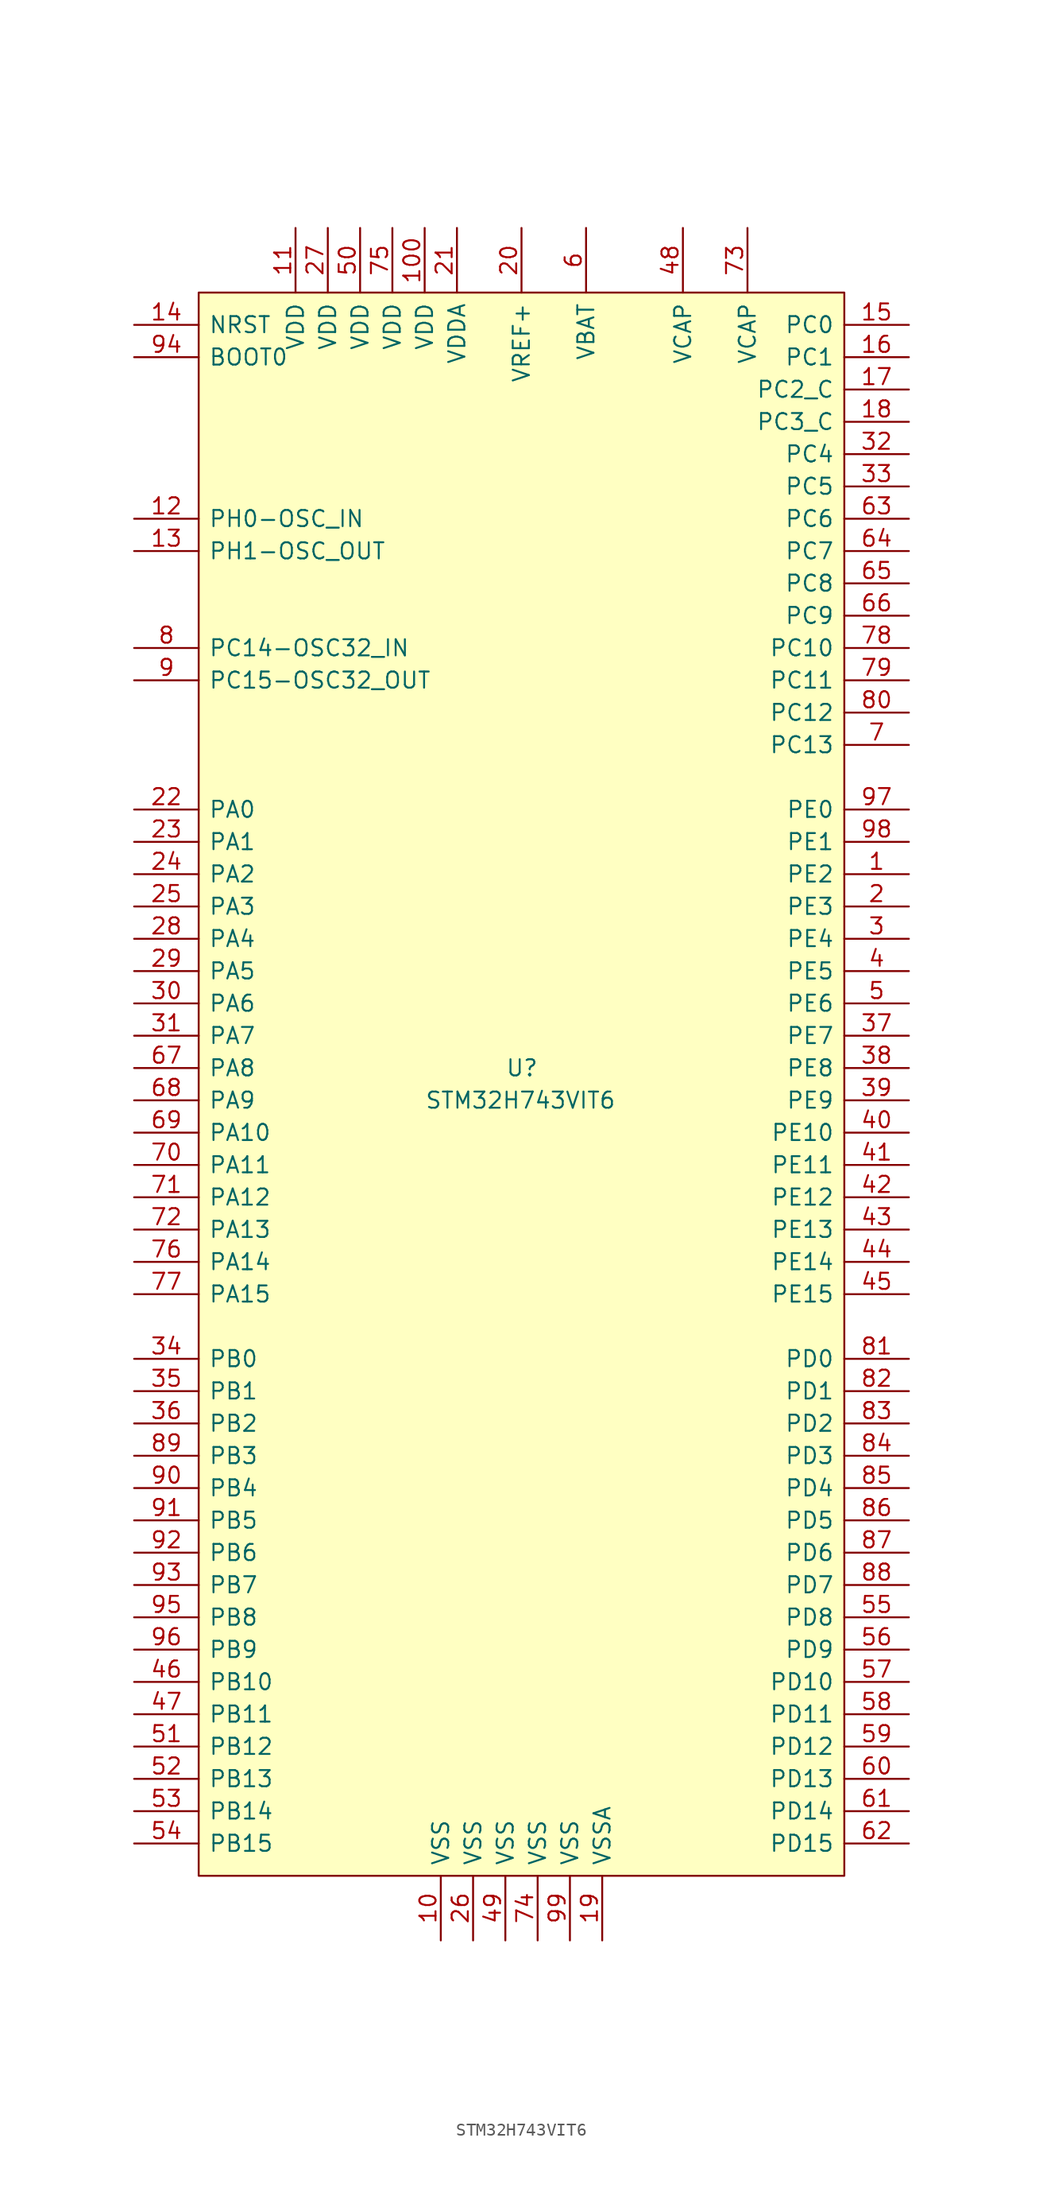
<source format=kicad_sym>
(kicad_symbol_lib
  (version 20220914)
  (generator kicad_symbol_editor)
  (symbol "STM32H743VIT6"
    (pin_names
      (offset 0.762))
    (property "Reference" "U"
      (at -1.27 1.27 0)
      (effects (font (size 1.27 1.27)) (justify left)))
    (property "Value" "STM32H743VIT6"
      (at -7.62 -1.27 0)
      (effects (font (size 1.27 1.27)) (justify left)))
    (symbol "STM32H743VIT6_0_0"
      (pin bidirectional line (at 30.48 16.51 180) (length 5.08) (name "PE2" (effects (font (size 1.27 1.27)))) (number "1" (effects (font (size 1.27 1.27)))))
      (pin power_in line (at -6.35 -67.31 90) (length 5.08) (name "VSS" (effects (font (size 1.27 1.27)))) (number "10" (effects (font (size 1.27 1.27)))))
      (pin power_in line (at -7.62 67.31 270) (length 5.08) (name "VDD" (effects (font (size 1.27 1.27)))) (number "100" (effects (font (size 1.27 1.27)))))
      (pin power_in line (at -17.78 67.31 270) (length 5.08) (name "VDD" (effects (font (size 1.27 1.27)))) (number "11" (effects (font (size 1.27 1.27)))))
      (pin bidirectional line (at -30.48 44.45 0) (length 5.08) (name "PH0-OSC_IN" (effects (font (size 1.27 1.27)))) (number "12" (effects (font (size 1.27 1.27)))))
      (pin bidirectional line (at -30.48 41.91 0) (length 5.08) (name "PH1-OSC_OUT" (effects (font (size 1.27 1.27)))) (number "13" (effects (font (size 1.27 1.27)))))
      (pin input line (at -30.48 59.69 0) (length 5.08) (name "NRST" (effects (font (size 1.27 1.27)))) (number "14" (effects (font (size 1.27 1.27)))))
      (pin bidirectional line (at 30.48 59.69 180) (length 5.08) (name "PC0" (effects (font (size 1.27 1.27)))) (number "15" (effects (font (size 1.27 1.27)))))
      (pin bidirectional line (at 30.48 57.15 180) (length 5.08) (name "PC1" (effects (font (size 1.27 1.27)))) (number "16" (effects (font (size 1.27 1.27)))))
      (pin bidirectional line (at 30.48 54.61 180) (length 5.08) (name "PC2_C" (effects (font (size 1.27 1.27)))) (number "17" (effects (font (size 1.27 1.27)))))
      (pin bidirectional line (at 30.48 52.07 180) (length 5.08) (name "PC3_C" (effects (font (size 1.27 1.27)))) (number "18" (effects (font (size 1.27 1.27)))))
      (pin power_in line (at 6.35 -67.31 90) (length 5.08) (name "VSSA" (effects (font (size 1.27 1.27)))) (number "19" (effects (font (size 1.27 1.27)))))
      (pin bidirectional line (at 30.48 13.97 180) (length 5.08) (name "PE3" (effects (font (size 1.27 1.27)))) (number "2" (effects (font (size 1.27 1.27)))))
      (pin power_in line (at 0 67.31 270) (length 5.08) (name "VREF+" (effects (font (size 1.27 1.27)))) (number "20" (effects (font (size 1.27 1.27)))))
      (pin power_in line (at -5.08 67.31 270) (length 5.08) (name "VDDA" (effects (font (size 1.27 1.27)))) (number "21" (effects (font (size 1.27 1.27)))))
      (pin bidirectional line (at -30.48 21.59 0) (length 5.08) (name "PA0" (effects (font (size 1.27 1.27)))) (number "22" (effects (font (size 1.27 1.27)))))
      (pin bidirectional line (at -30.48 19.05 0) (length 5.08) (name "PA1" (effects (font (size 1.27 1.27)))) (number "23" (effects (font (size 1.27 1.27)))))
      (pin bidirectional line (at -30.48 16.51 0) (length 5.08) (name "PA2" (effects (font (size 1.27 1.27)))) (number "24" (effects (font (size 1.27 1.27)))))
      (pin bidirectional line (at -30.48 13.97 0) (length 5.08) (name "PA3" (effects (font (size 1.27 1.27)))) (number "25" (effects (font (size 1.27 1.27)))))
      (pin power_in line (at -3.81 -67.31 90) (length 5.08) (name "VSS" (effects (font (size 1.27 1.27)))) (number "26" (effects (font (size 1.27 1.27)))))
      (pin power_in line (at -15.24 67.31 270) (length 5.08) (name "VDD" (effects (font (size 1.27 1.27)))) (number "27" (effects (font (size 1.27 1.27)))))
      (pin bidirectional line (at -30.48 11.43 0) (length 5.08) (name "PA4" (effects (font (size 1.27 1.27)))) (number "28" (effects (font (size 1.27 1.27)))))
      (pin bidirectional line (at -30.48 8.89 0) (length 5.08) (name "PA5" (effects (font (size 1.27 1.27)))) (number "29" (effects (font (size 1.27 1.27)))))
      (pin bidirectional line (at 30.48 11.43 180) (length 5.08) (name "PE4" (effects (font (size 1.27 1.27)))) (number "3" (effects (font (size 1.27 1.27)))))
      (pin bidirectional line (at -30.48 6.35 0) (length 5.08) (name "PA6" (effects (font (size 1.27 1.27)))) (number "30" (effects (font (size 1.27 1.27)))))
      (pin bidirectional line (at -30.48 3.81 0) (length 5.08) (name "PA7" (effects (font (size 1.27 1.27)))) (number "31" (effects (font (size 1.27 1.27)))))
      (pin bidirectional line (at 30.48 49.53 180) (length 5.08) (name "PC4" (effects (font (size 1.27 1.27)))) (number "32" (effects (font (size 1.27 1.27)))))
      (pin bidirectional line (at 30.48 46.99 180) (length 5.08) (name "PC5" (effects (font (size 1.27 1.27)))) (number "33" (effects (font (size 1.27 1.27)))))
      (pin bidirectional line (at -30.48 -21.59 0) (length 5.08) (name "PB0" (effects (font (size 1.27 1.27)))) (number "34" (effects (font (size 1.27 1.27)))))
      (pin bidirectional line (at -30.48 -24.13 0) (length 5.08) (name "PB1" (effects (font (size 1.27 1.27)))) (number "35" (effects (font (size 1.27 1.27)))))
      (pin bidirectional line (at -30.48 -26.67 0) (length 5.08) (name "PB2" (effects (font (size 1.27 1.27)))) (number "36" (effects (font (size 1.27 1.27)))))
      (pin bidirectional line (at 30.48 3.81 180) (length 5.08) (name "PE7" (effects (font (size 1.27 1.27)))) (number "37" (effects (font (size 1.27 1.27)))))
      (pin bidirectional line (at 30.48 1.27 180) (length 5.08) (name "PE8" (effects (font (size 1.27 1.27)))) (number "38" (effects (font (size 1.27 1.27)))))
      (pin bidirectional line (at 30.48 -1.27 180) (length 5.08) (name "PE9" (effects (font (size 1.27 1.27)))) (number "39" (effects (font (size 1.27 1.27)))))
      (pin bidirectional line (at 30.48 8.89 180) (length 5.08) (name "PE5" (effects (font (size 1.27 1.27)))) (number "4" (effects (font (size 1.27 1.27)))))
      (pin bidirectional line (at 30.48 -3.81 180) (length 5.08) (name "PE10" (effects (font (size 1.27 1.27)))) (number "40" (effects (font (size 1.27 1.27)))))
      (pin bidirectional line (at 30.48 -6.35 180) (length 5.08) (name "PE11" (effects (font (size 1.27 1.27)))) (number "41" (effects (font (size 1.27 1.27)))))
      (pin bidirectional line (at 30.48 -8.89 180) (length 5.08) (name "PE12" (effects (font (size 1.27 1.27)))) (number "42" (effects (font (size 1.27 1.27)))))
      (pin bidirectional line (at 30.48 -11.43 180) (length 5.08) (name "PE13" (effects (font (size 1.27 1.27)))) (number "43" (effects (font (size 1.27 1.27)))))
      (pin bidirectional line (at 30.48 -13.97 180) (length 5.08) (name "PE14" (effects (font (size 1.27 1.27)))) (number "44" (effects (font (size 1.27 1.27)))))
      (pin bidirectional line (at 30.48 -16.51 180) (length 5.08) (name "PE15" (effects (font (size 1.27 1.27)))) (number "45" (effects (font (size 1.27 1.27)))))
      (pin bidirectional line (at -30.48 -46.99 0) (length 5.08) (name "PB10" (effects (font (size 1.27 1.27)))) (number "46" (effects (font (size 1.27 1.27)))))
      (pin bidirectional line (at -30.48 -49.53 0) (length 5.08) (name "PB11" (effects (font (size 1.27 1.27)))) (number "47" (effects (font (size 1.27 1.27)))))
      (pin power_out line (at 12.7 67.31 270) (length 5.08) (name "VCAP" (effects (font (size 1.27 1.27)))) (number "48" (effects (font (size 1.27 1.27)))))
      (pin power_in line (at -1.27 -67.31 90) (length 5.08) (name "VSS" (effects (font (size 1.27 1.27)))) (number "49" (effects (font (size 1.27 1.27)))))
      (pin bidirectional line (at 30.48 6.35 180) (length 5.08) (name "PE6" (effects (font (size 1.27 1.27)))) (number "5" (effects (font (size 1.27 1.27)))))
      (pin power_in line (at -12.7 67.31 270) (length 5.08) (name "VDD" (effects (font (size 1.27 1.27)))) (number "50" (effects (font (size 1.27 1.27)))))
      (pin bidirectional line (at -30.48 -52.07 0) (length 5.08) (name "PB12" (effects (font (size 1.27 1.27)))) (number "51" (effects (font (size 1.27 1.27)))))
      (pin bidirectional line (at -30.48 -54.61 0) (length 5.08) (name "PB13" (effects (font (size 1.27 1.27)))) (number "52" (effects (font (size 1.27 1.27)))))
      (pin bidirectional line (at -30.48 -57.15 0) (length 5.08) (name "PB14" (effects (font (size 1.27 1.27)))) (number "53" (effects (font (size 1.27 1.27)))))
      (pin bidirectional line (at -30.48 -59.69 0) (length 5.08) (name "PB15" (effects (font (size 1.27 1.27)))) (number "54" (effects (font (size 1.27 1.27)))))
      (pin bidirectional line (at 30.48 -41.91 180) (length 5.08) (name "PD8" (effects (font (size 1.27 1.27)))) (number "55" (effects (font (size 1.27 1.27)))))
      (pin bidirectional line (at 30.48 -44.45 180) (length 5.08) (name "PD9" (effects (font (size 1.27 1.27)))) (number "56" (effects (font (size 1.27 1.27)))))
      (pin bidirectional line (at 30.48 -46.99 180) (length 5.08) (name "PD10" (effects (font (size 1.27 1.27)))) (number "57" (effects (font (size 1.27 1.27)))))
      (pin bidirectional line (at 30.48 -49.53 180) (length 5.08) (name "PD11" (effects (font (size 1.27 1.27)))) (number "58" (effects (font (size 1.27 1.27)))))
      (pin bidirectional line (at 30.48 -52.07 180) (length 5.08) (name "PD12" (effects (font (size 1.27 1.27)))) (number "59" (effects (font (size 1.27 1.27)))))
      (pin power_in line (at 5.08 67.31 270) (length 5.08) (name "VBAT" (effects (font (size 1.27 1.27)))) (number "6" (effects (font (size 1.27 1.27)))))
      (pin bidirectional line (at 30.48 -54.61 180) (length 5.08) (name "PD13" (effects (font (size 1.27 1.27)))) (number "60" (effects (font (size 1.27 1.27)))))
      (pin bidirectional line (at 30.48 -57.15 180) (length 5.08) (name "PD14" (effects (font (size 1.27 1.27)))) (number "61" (effects (font (size 1.27 1.27)))))
      (pin bidirectional line (at 30.48 -59.69 180) (length 5.08) (name "PD15" (effects (font (size 1.27 1.27)))) (number "62" (effects (font (size 1.27 1.27)))))
      (pin bidirectional line (at 30.48 44.45 180) (length 5.08) (name "PC6" (effects (font (size 1.27 1.27)))) (number "63" (effects (font (size 1.27 1.27)))))
      (pin bidirectional line (at 30.48 41.91 180) (length 5.08) (name "PC7" (effects (font (size 1.27 1.27)))) (number "64" (effects (font (size 1.27 1.27)))))
      (pin bidirectional line (at 30.48 39.37 180) (length 5.08) (name "PC8" (effects (font (size 1.27 1.27)))) (number "65" (effects (font (size 1.27 1.27)))))
      (pin bidirectional line (at 30.48 36.83 180) (length 5.08) (name "PC9" (effects (font (size 1.27 1.27)))) (number "66" (effects (font (size 1.27 1.27)))))
      (pin bidirectional line (at -30.48 1.27 0) (length 5.08) (name "PA8" (effects (font (size 1.27 1.27)))) (number "67" (effects (font (size 1.27 1.27)))))
      (pin bidirectional line (at -30.48 -1.27 0) (length 5.08) (name "PA9" (effects (font (size 1.27 1.27)))) (number "68" (effects (font (size 1.27 1.27)))))
      (pin bidirectional line (at -30.48 -3.81 0) (length 5.08) (name "PA10" (effects (font (size 1.27 1.27)))) (number "69" (effects (font (size 1.27 1.27)))))
      (pin bidirectional line (at 30.48 26.67 180) (length 5.08) (name "PC13" (effects (font (size 1.27 1.27)))) (number "7" (effects (font (size 1.27 1.27)))))
      (pin bidirectional line (at -30.48 -6.35 0) (length 5.08) (name "PA11" (effects (font (size 1.27 1.27)))) (number "70" (effects (font (size 1.27 1.27)))))
      (pin bidirectional line (at -30.48 -8.89 0) (length 5.08) (name "PA12" (effects (font (size 1.27 1.27)))) (number "71" (effects (font (size 1.27 1.27)))))
      (pin bidirectional line (at -30.48 -11.43 0) (length 5.08) (name "PA13" (effects (font (size 1.27 1.27)))) (number "72" (effects (font (size 1.27 1.27)))))
      (pin power_out line (at 17.78 67.31 270) (length 5.08) (name "VCAP" (effects (font (size 1.27 1.27)))) (number "73" (effects (font (size 1.27 1.27)))))
      (pin power_in line (at 1.27 -67.31 90) (length 5.08) (name "VSS" (effects (font (size 1.27 1.27)))) (number "74" (effects (font (size 1.27 1.27)))))
      (pin power_in line (at -10.16 67.31 270) (length 5.08) (name "VDD" (effects (font (size 1.27 1.27)))) (number "75" (effects (font (size 1.27 1.27)))))
      (pin bidirectional line (at -30.48 -13.97 0) (length 5.08) (name "PA14" (effects (font (size 1.27 1.27)))) (number "76" (effects (font (size 1.27 1.27)))))
      (pin bidirectional line (at -30.48 -16.51 0) (length 5.08) (name "PA15" (effects (font (size 1.27 1.27)))) (number "77" (effects (font (size 1.27 1.27)))))
      (pin bidirectional line (at 30.48 34.29 180) (length 5.08) (name "PC10" (effects (font (size 1.27 1.27)))) (number "78" (effects (font (size 1.27 1.27)))))
      (pin bidirectional line (at 30.48 31.75 180) (length 5.08) (name "PC11" (effects (font (size 1.27 1.27)))) (number "79" (effects (font (size 1.27 1.27)))))
      (pin bidirectional line (at -30.48 34.29 0) (length 5.08) (name "PC14-OSC32_IN" (effects (font (size 1.27 1.27)))) (number "8" (effects (font (size 1.27 1.27)))))
      (pin bidirectional line (at 30.48 29.21 180) (length 5.08) (name "PC12" (effects (font (size 1.27 1.27)))) (number "80" (effects (font (size 1.27 1.27)))))
      (pin bidirectional line (at 30.48 -21.59 180) (length 5.08) (name "PD0" (effects (font (size 1.27 1.27)))) (number "81" (effects (font (size 1.27 1.27)))))
      (pin bidirectional line (at 30.48 -24.13 180) (length 5.08) (name "PD1" (effects (font (size 1.27 1.27)))) (number "82" (effects (font (size 1.27 1.27)))))
      (pin bidirectional line (at 30.48 -26.67 180) (length 5.08) (name "PD2" (effects (font (size 1.27 1.27)))) (number "83" (effects (font (size 1.27 1.27)))))
      (pin bidirectional line (at 30.48 -29.21 180) (length 5.08) (name "PD3" (effects (font (size 1.27 1.27)))) (number "84" (effects (font (size 1.27 1.27)))))
      (pin bidirectional line (at 30.48 -31.75 180) (length 5.08) (name "PD4" (effects (font (size 1.27 1.27)))) (number "85" (effects (font (size 1.27 1.27)))))
      (pin bidirectional line (at 30.48 -34.29 180) (length 5.08) (name "PD5" (effects (font (size 1.27 1.27)))) (number "86" (effects (font (size 1.27 1.27)))))
      (pin bidirectional line (at 30.48 -36.83 180) (length 5.08) (name "PD6" (effects (font (size 1.27 1.27)))) (number "87" (effects (font (size 1.27 1.27)))))
      (pin bidirectional line (at 30.48 -39.37 180) (length 5.08) (name "PD7" (effects (font (size 1.27 1.27)))) (number "88" (effects (font (size 1.27 1.27)))))
      (pin bidirectional line (at -30.48 -29.21 0) (length 5.08) (name "PB3" (effects (font (size 1.27 1.27)))) (number "89" (effects (font (size 1.27 1.27)))))
      (pin bidirectional line (at -30.48 31.75 0) (length 5.08) (name "PC15-OSC32_OUT" (effects (font (size 1.27 1.27)))) (number "9" (effects (font (size 1.27 1.27)))))
      (pin bidirectional line (at -30.48 -31.75 0) (length 5.08) (name "PB4" (effects (font (size 1.27 1.27)))) (number "90" (effects (font (size 1.27 1.27)))))
      (pin bidirectional line (at -30.48 -34.29 0) (length 5.08) (name "PB5" (effects (font (size 1.27 1.27)))) (number "91" (effects (font (size 1.27 1.27)))))
      (pin bidirectional line (at -30.48 -36.83 0) (length 5.08) (name "PB6" (effects (font (size 1.27 1.27)))) (number "92" (effects (font (size 1.27 1.27)))))
      (pin bidirectional line (at -30.48 -39.37 0) (length 5.08) (name "PB7" (effects (font (size 1.27 1.27)))) (number "93" (effects (font (size 1.27 1.27)))))
      (pin input line (at -30.48 57.15 0) (length 5.08) (name "BOOT0" (effects (font (size 1.27 1.27)))) (number "94" (effects (font (size 1.27 1.27)))))
      (pin bidirectional line (at -30.48 -41.91 0) (length 5.08) (name "PB8" (effects (font (size 1.27 1.27)))) (number "95" (effects (font (size 1.27 1.27)))))
      (pin bidirectional line (at -30.48 -44.45 0) (length 5.08) (name "PB9" (effects (font (size 1.27 1.27)))) (number "96" (effects (font (size 1.27 1.27)))))
      (pin bidirectional line (at 30.48 21.59 180) (length 5.08) (name "PE0" (effects (font (size 1.27 1.27)))) (number "97" (effects (font (size 1.27 1.27)))))
      (pin bidirectional line (at 30.48 19.05 180) (length 5.08) (name "PE1" (effects (font (size 1.27 1.27)))) (number "98" (effects (font (size 1.27 1.27)))))
      (pin power_in line (at 3.81 -67.31 90) (length 5.08) (name "VSS" (effects (font (size 1.27 1.27)))) (number "99" (effects (font (size 1.27 1.27))))))
    (symbol "STM32H743VIT6_0_1"
      (rectangle (start -25.4 62.23) (end 25.4 -62.23) (stroke (width 0.152) (type default)) (fill (type background))))))
</source>
